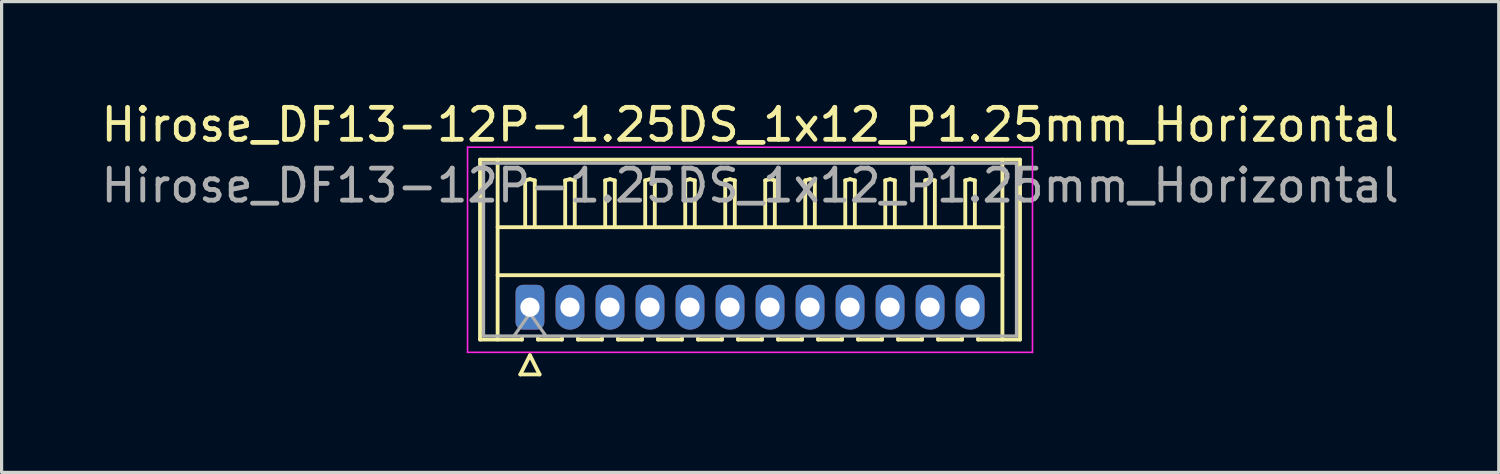
<source format=kicad_pcb>
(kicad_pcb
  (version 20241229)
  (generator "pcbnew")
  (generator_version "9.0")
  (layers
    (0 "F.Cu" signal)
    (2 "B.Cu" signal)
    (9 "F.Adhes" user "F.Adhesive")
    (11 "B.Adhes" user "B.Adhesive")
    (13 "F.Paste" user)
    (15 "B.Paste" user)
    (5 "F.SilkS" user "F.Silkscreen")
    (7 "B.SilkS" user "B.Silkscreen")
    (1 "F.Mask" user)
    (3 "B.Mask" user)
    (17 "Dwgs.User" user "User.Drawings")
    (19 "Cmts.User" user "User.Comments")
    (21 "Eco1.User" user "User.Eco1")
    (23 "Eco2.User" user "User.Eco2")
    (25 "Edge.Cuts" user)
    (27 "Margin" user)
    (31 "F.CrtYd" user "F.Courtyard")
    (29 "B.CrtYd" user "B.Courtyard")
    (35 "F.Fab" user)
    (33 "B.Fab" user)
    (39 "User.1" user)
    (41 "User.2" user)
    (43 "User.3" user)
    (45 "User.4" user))
  (footprint "Hirose_DF13-12P-1.25DS_1x12_P1.25mm_Horizontal"
    (layer "F.Cu")
    (at 13.507 6.548)
    (property "Reference" "Hirose_DF13-12P-1.25DS_1x12_P1.25mm_Horizontal" (at 6.88 -5.7 0) (layer "F.SilkS") (effects (font (size 1 1) (thickness 0.15))))
    (attr through_hole)
    (fp_line (start -1.56 -4.61) (end 15.31 -4.61) (stroke (width 0.12) (type solid)) (layer "F.SilkS"))
    (fp_line (start -1.56 1.01) (end -1.56 -4.61) (stroke (width 0.12) (type solid)) (layer "F.SilkS"))
    (fp_line (start -1.01 -4.61) (end -1.01 1.01) (stroke (width 0.12) (type solid)) (layer "F.SilkS"))
    (fp_line (start -1.01 -2.5) (end 14.76 -2.5) (stroke (width 0.12) (type solid)) (layer "F.SilkS"))
    (fp_line (start -1.01 -1) (end 14.76 -1) (stroke (width 0.12) (type solid)) (layer "F.SilkS"))
    (fp_line (start -0.3 2.1) (end 0.3 2.1) (stroke (width 0.12) (type solid)) (layer "F.SilkS"))
    (fp_line (start -0.25 0.96) (end -0.25 1.01) (stroke (width 0.12) (type solid)) (layer "F.SilkS"))
    (fp_line (start -0.25 1.01) (end -1.56 1.01) (stroke (width 0.12) (type solid)) (layer "F.SilkS"))
    (fp_line (start -0.15 -3.962) (end 0 -4) (stroke (width 0.12) (type solid)) (layer "F.SilkS"))
    (fp_line (start -0.15 -2.5) (end -0.15 -3.962) (stroke (width 0.12) (type solid)) (layer "F.SilkS"))
    (fp_line (start 0 -4) (end 0.15 -3.962) (stroke (width 0.12) (type solid)) (layer "F.SilkS"))
    (fp_line (start 0 1.5) (end -0.3 2.1) (stroke (width 0.12) (type solid)) (layer "F.SilkS"))
    (fp_line (start 0.15 -3.962) (end 0.15 -2.5) (stroke (width 0.12) (type solid)) (layer "F.SilkS"))
    (fp_line (start 0.25 0.96) (end 0.25 1.01) (stroke (width 0.12) (type solid)) (layer "F.SilkS"))
    (fp_line (start 0.25 1.01) (end 1 1.01) (stroke (width 0.12) (type solid)) (layer "F.SilkS"))
    (fp_line (start 0.3 2.1) (end 0 1.5) (stroke (width 0.12) (type solid)) (layer "F.SilkS"))
    (fp_line (start 1 1.01) (end 1 0.96) (stroke (width 0.12) (type solid)) (layer "F.SilkS"))
    (fp_line (start 1.1 -3.962) (end 1.25 -4) (stroke (width 0.12) (type solid)) (layer "F.SilkS"))
    (fp_line (start 1.1 -2.5) (end 1.1 -3.962) (stroke (width 0.12) (type solid)) (layer "F.SilkS"))
    (fp_line (start 1.25 -4) (end 1.4 -3.962) (stroke (width 0.12) (type solid)) (layer "F.SilkS"))
    (fp_line (start 1.4 -3.962) (end 1.4 -2.5) (stroke (width 0.12) (type solid)) (layer "F.SilkS"))
    (fp_line (start 1.5 0.96) (end 1.5 1.01) (stroke (width 0.12) (type solid)) (layer "F.SilkS"))
    (fp_line (start 1.5 1.01) (end 2.25 1.01) (stroke (width 0.12) (type solid)) (layer "F.SilkS"))
    (fp_line (start 2.25 1.01) (end 2.25 0.96) (stroke (width 0.12) (type solid)) (layer "F.SilkS"))
    (fp_line (start 2.35 -3.962) (end 2.5 -4) (stroke (width 0.12) (type solid)) (layer "F.SilkS"))
    (fp_line (start 2.35 -2.5) (end 2.35 -3.962) (stroke (width 0.12) (type solid)) (layer "F.SilkS"))
    (fp_line (start 2.5 -4) (end 2.65 -3.962) (stroke (width 0.12) (type solid)) (layer "F.SilkS"))
    (fp_line (start 2.65 -3.962) (end 2.65 -2.5) (stroke (width 0.12) (type solid)) (layer "F.SilkS"))
    (fp_line (start 2.75 0.96) (end 2.75 1.01) (stroke (width 0.12) (type solid)) (layer "F.SilkS"))
    (fp_line (start 2.75 1.01) (end 3.5 1.01) (stroke (width 0.12) (type solid)) (layer "F.SilkS"))
    (fp_line (start 3.5 1.01) (end 3.5 0.96) (stroke (width 0.12) (type solid)) (layer "F.SilkS"))
    (fp_line (start 3.6 -3.962) (end 3.75 -4) (stroke (width 0.12) (type solid)) (layer "F.SilkS"))
    (fp_line (start 3.6 -2.5) (end 3.6 -3.962) (stroke (width 0.12) (type solid)) (layer "F.SilkS"))
    (fp_line (start 3.75 -4) (end 3.9 -3.962) (stroke (width 0.12) (type solid)) (layer "F.SilkS"))
    (fp_line (start 3.9 -3.962) (end 3.9 -2.5) (stroke (width 0.12) (type solid)) (layer "F.SilkS"))
    (fp_line (start 4 0.96) (end 4 1.01) (stroke (width 0.12) (type solid)) (layer "F.SilkS"))
    (fp_line (start 4 1.01) (end 4.75 1.01) (stroke (width 0.12) (type solid)) (layer "F.SilkS"))
    (fp_line (start 4.75 1.01) (end 4.75 0.96) (stroke (width 0.12) (type solid)) (layer "F.SilkS"))
    (fp_line (start 4.85 -3.962) (end 5 -4) (stroke (width 0.12) (type solid)) (layer "F.SilkS"))
    (fp_line (start 4.85 -2.5) (end 4.85 -3.962) (stroke (width 0.12) (type solid)) (layer "F.SilkS"))
    (fp_line (start 5 -4) (end 5.15 -3.962) (stroke (width 0.12) (type solid)) (layer "F.SilkS"))
    (fp_line (start 5.15 -3.962) (end 5.15 -2.5) (stroke (width 0.12) (type solid)) (layer "F.SilkS"))
    (fp_line (start 5.25 0.96) (end 5.25 1.01) (stroke (width 0.12) (type solid)) (layer "F.SilkS"))
    (fp_line (start 5.25 1.01) (end 6 1.01) (stroke (width 0.12) (type solid)) (layer "F.SilkS"))
    (fp_line (start 6 1.01) (end 6 0.96) (stroke (width 0.12) (type solid)) (layer "F.SilkS"))
    (fp_line (start 6.1 -3.962) (end 6.25 -4) (stroke (width 0.12) (type solid)) (layer "F.SilkS"))
    (fp_line (start 6.1 -2.5) (end 6.1 -3.962) (stroke (width 0.12) (type solid)) (layer "F.SilkS"))
    (fp_line (start 6.25 -4) (end 6.4 -3.962) (stroke (width 0.12) (type solid)) (layer "F.SilkS"))
    (fp_line (start 6.4 -3.962) (end 6.4 -2.5) (stroke (width 0.12) (type solid)) (layer "F.SilkS"))
    (fp_line (start 6.5 0.96) (end 6.5 1.01) (stroke (width 0.12) (type solid)) (layer "F.SilkS"))
    (fp_line (start 6.5 1.01) (end 7.25 1.01) (stroke (width 0.12) (type solid)) (layer "F.SilkS"))
    (fp_line (start 7.25 1.01) (end 7.25 0.96) (stroke (width 0.12) (type solid)) (layer "F.SilkS"))
    (fp_line (start 7.35 -3.962) (end 7.5 -4) (stroke (width 0.12) (type solid)) (layer "F.SilkS"))
    (fp_line (start 7.35 -2.5) (end 7.35 -3.962) (stroke (width 0.12) (type solid)) (layer "F.SilkS"))
    (fp_line (start 7.5 -4) (end 7.65 -3.962) (stroke (width 0.12) (type solid)) (layer "F.SilkS"))
    (fp_line (start 7.65 -3.962) (end 7.65 -2.5) (stroke (width 0.12) (type solid)) (layer "F.SilkS"))
    (fp_line (start 7.75 0.96) (end 7.75 1.01) (stroke (width 0.12) (type solid)) (layer "F.SilkS"))
    (fp_line (start 7.75 1.01) (end 8.5 1.01) (stroke (width 0.12) (type solid)) (layer "F.SilkS"))
    (fp_line (start 8.5 1.01) (end 8.5 0.96) (stroke (width 0.12) (type solid)) (layer "F.SilkS"))
    (fp_line (start 8.6 -3.962) (end 8.75 -4) (stroke (width 0.12) (type solid)) (layer "F.SilkS"))
    (fp_line (start 8.6 -2.5) (end 8.6 -3.962) (stroke (width 0.12) (type solid)) (layer "F.SilkS"))
    (fp_line (start 8.75 -4) (end 8.9 -3.962) (stroke (width 0.12) (type solid)) (layer "F.SilkS"))
    (fp_line (start 8.9 -3.962) (end 8.9 -2.5) (stroke (width 0.12) (type solid)) (layer "F.SilkS"))
    (fp_line (start 9 0.96) (end 9 1.01) (stroke (width 0.12) (type solid)) (layer "F.SilkS"))
    (fp_line (start 9 1.01) (end 9.75 1.01) (stroke (width 0.12) (type solid)) (layer "F.SilkS"))
    (fp_line (start 9.75 1.01) (end 9.75 0.96) (stroke (width 0.12) (type solid)) (layer "F.SilkS"))
    (fp_line (start 9.85 -3.962) (end 10 -4) (stroke (width 0.12) (type solid)) (layer "F.SilkS"))
    (fp_line (start 9.85 -2.5) (end 9.85 -3.962) (stroke (width 0.12) (type solid)) (layer "F.SilkS"))
    (fp_line (start 10 -4) (end 10.15 -3.962) (stroke (width 0.12) (type solid)) (layer "F.SilkS"))
    (fp_line (start 10.15 -3.962) (end 10.15 -2.5) (stroke (width 0.12) (type solid)) (layer "F.SilkS"))
    (fp_line (start 10.25 0.96) (end 10.25 1.01) (stroke (width 0.12) (type solid)) (layer "F.SilkS"))
    (fp_line (start 10.25 1.01) (end 11 1.01) (stroke (width 0.12) (type solid)) (layer "F.SilkS"))
    (fp_line (start 11 1.01) (end 11 0.96) (stroke (width 0.12) (type solid)) (layer "F.SilkS"))
    (fp_line (start 11.1 -3.962) (end 11.25 -4) (stroke (width 0.12) (type solid)) (layer "F.SilkS"))
    (fp_line (start 11.1 -2.5) (end 11.1 -3.962) (stroke (width 0.12) (type solid)) (layer "F.SilkS"))
    (fp_line (start 11.25 -4) (end 11.4 -3.962) (stroke (width 0.12) (type solid)) (layer "F.SilkS"))
    (fp_line (start 11.4 -3.962) (end 11.4 -2.5) (stroke (width 0.12) (type solid)) (layer "F.SilkS"))
    (fp_line (start 11.5 0.96) (end 11.5 1.01) (stroke (width 0.12) (type solid)) (layer "F.SilkS"))
    (fp_line (start 11.5 1.01) (end 12.25 1.01) (stroke (width 0.12) (type solid)) (layer "F.SilkS"))
    (fp_line (start 12.25 1.01) (end 12.25 0.96) (stroke (width 0.12) (type solid)) (layer "F.SilkS"))
    (fp_line (start 12.35 -3.962) (end 12.5 -4) (stroke (width 0.12) (type solid)) (layer "F.SilkS"))
    (fp_line (start 12.35 -2.5) (end 12.35 -3.962) (stroke (width 0.12) (type solid)) (layer "F.SilkS"))
    (fp_line (start 12.5 -4) (end 12.65 -3.962) (stroke (width 0.12) (type solid)) (layer "F.SilkS"))
    (fp_line (start 12.65 -3.962) (end 12.65 -2.5) (stroke (width 0.12) (type solid)) (layer "F.SilkS"))
    (fp_line (start 12.75 0.96) (end 12.75 1.01) (stroke (width 0.12) (type solid)) (layer "F.SilkS"))
    (fp_line (start 12.75 1.01) (end 13.5 1.01) (stroke (width 0.12) (type solid)) (layer "F.SilkS"))
    (fp_line (start 13.5 1.01) (end 13.5 0.96) (stroke (width 0.12) (type solid)) (layer "F.SilkS"))
    (fp_line (start 13.6 -3.962) (end 13.75 -4) (stroke (width 0.12) (type solid)) (layer "F.SilkS"))
    (fp_line (start 13.6 -2.5) (end 13.6 -3.962) (stroke (width 0.12) (type solid)) (layer "F.SilkS"))
    (fp_line (start 13.75 -4) (end 13.9 -3.962) (stroke (width 0.12) (type solid)) (layer "F.SilkS"))
    (fp_line (start 13.9 -3.962) (end 13.9 -2.5) (stroke (width 0.12) (type solid)) (layer "F.SilkS"))
    (fp_line (start 14 1.01) (end 14 0.96) (stroke (width 0.12) (type solid)) (layer "F.SilkS"))
    (fp_line (start 14.76 -4.61) (end 14.76 1.01) (stroke (width 0.12) (type solid)) (layer "F.SilkS"))
    (fp_line (start 15.31 -4.61) (end 15.31 1.01) (stroke (width 0.12) (type solid)) (layer "F.SilkS"))
    (fp_line (start 15.31 1.01) (end 14 1.01) (stroke (width 0.12) (type solid)) (layer "F.SilkS"))
    (fp_line (start -1.95 -5) (end -1.95 1.41) (stroke (width 0.05) (type solid)) (layer "F.CrtYd"))
    (fp_line (start -1.95 1.41) (end 15.7 1.41) (stroke (width 0.05) (type solid)) (layer "F.CrtYd"))
    (fp_line (start 15.7 -5) (end -1.95 -5) (stroke (width 0.05) (type solid)) (layer "F.CrtYd"))
    (fp_line (start 15.7 1.41) (end 15.7 -5) (stroke (width 0.05) (type solid)) (layer "F.CrtYd"))
    (fp_line (start -1.45 -4.5) (end -1.45 0.9) (stroke (width 0.1) (type solid)) (layer "F.Fab"))
    (fp_line (start -1.45 0.9) (end 15.2 0.9) (stroke (width 0.1) (type solid)) (layer "F.Fab"))
    (fp_line (start -0.5 0.9) (end 0 0.193) (stroke (width 0.1) (type solid)) (layer "F.Fab"))
    (fp_line (start 0 0.193) (end 0.5 0.9) (stroke (width 0.1) (type solid)) (layer "F.Fab"))
    (fp_line (start 15.2 -4.5) (end -1.45 -4.5) (stroke (width 0.1) (type solid)) (layer "F.Fab"))
    (fp_line (start 15.2 0.9) (end 15.2 -4.5) (stroke (width 0.1) (type solid)) (layer "F.Fab"))
    (fp_text user "${REFERENCE}" (at 6.88 -3.8 0) (layer "F.Fab") (effects (font (size 1 1) (thickness 0.15))))
    (pad "1" thru_hole roundrect (at 0 0) (size 0.9 1.4) (drill 0.6) (layers "*.Cu" "*.Mask") (roundrect_rratio 0.25))
    (pad "2" thru_hole oval (at 1.25 0) (size 0.9 1.4) (drill 0.6) (layers "*.Cu" "*.Mask"))
    (pad "3" thru_hole oval (at 2.5 0) (size 0.9 1.4) (drill 0.6) (layers "*.Cu" "*.Mask"))
    (pad "4" thru_hole oval (at 3.75 0) (size 0.9 1.4) (drill 0.6) (layers "*.Cu" "*.Mask"))
    (pad "5" thru_hole oval (at 5 0) (size 0.9 1.4) (drill 0.6) (layers "*.Cu" "*.Mask"))
    (pad "6" thru_hole oval (at 6.25 0) (size 0.9 1.4) (drill 0.6) (layers "*.Cu" "*.Mask"))
    (pad "7" thru_hole oval (at 7.5 0) (size 0.9 1.4) (drill 0.6) (layers "*.Cu" "*.Mask"))
    (pad "8" thru_hole oval (at 8.75 0) (size 0.9 1.4) (drill 0.6) (layers "*.Cu" "*.Mask"))
    (pad "9" thru_hole oval (at 10 0) (size 0.9 1.4) (drill 0.6) (layers "*.Cu" "*.Mask"))
    (pad "10" thru_hole oval (at 11.25 0) (size 0.9 1.4) (drill 0.6) (layers "*.Cu" "*.Mask"))
    (pad "11" thru_hole oval (at 12.5 0) (size 0.9 1.4) (drill 0.6) (layers "*.Cu" "*.Mask"))
    (pad "12" thru_hole oval (at 13.75 0) (size 0.9 1.4) (drill 0.6) (layers "*.Cu" "*.Mask")))
  (gr_rect
    (start -3 -3)
    (end 43.774 11.708)
    (stroke (width 0.1) (type default))
    (fill no)
    (layer "Edge.Cuts")))
</source>
